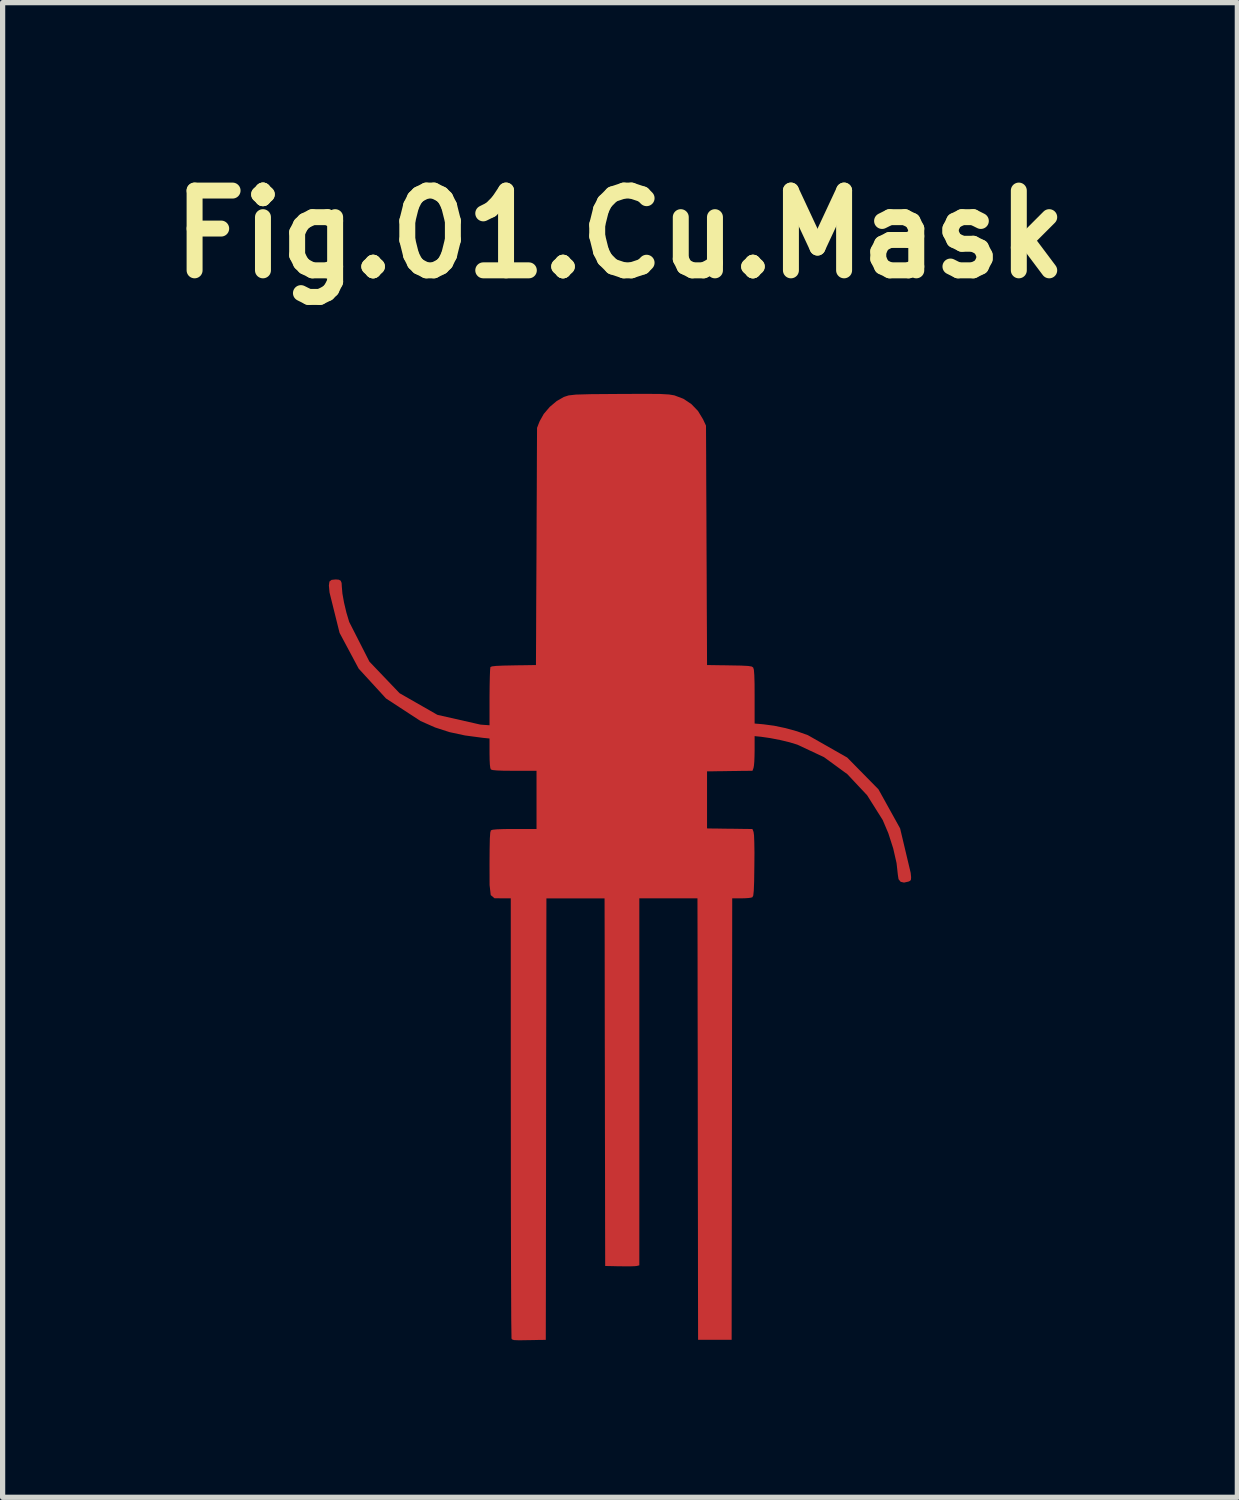
<source format=kicad_pcb>
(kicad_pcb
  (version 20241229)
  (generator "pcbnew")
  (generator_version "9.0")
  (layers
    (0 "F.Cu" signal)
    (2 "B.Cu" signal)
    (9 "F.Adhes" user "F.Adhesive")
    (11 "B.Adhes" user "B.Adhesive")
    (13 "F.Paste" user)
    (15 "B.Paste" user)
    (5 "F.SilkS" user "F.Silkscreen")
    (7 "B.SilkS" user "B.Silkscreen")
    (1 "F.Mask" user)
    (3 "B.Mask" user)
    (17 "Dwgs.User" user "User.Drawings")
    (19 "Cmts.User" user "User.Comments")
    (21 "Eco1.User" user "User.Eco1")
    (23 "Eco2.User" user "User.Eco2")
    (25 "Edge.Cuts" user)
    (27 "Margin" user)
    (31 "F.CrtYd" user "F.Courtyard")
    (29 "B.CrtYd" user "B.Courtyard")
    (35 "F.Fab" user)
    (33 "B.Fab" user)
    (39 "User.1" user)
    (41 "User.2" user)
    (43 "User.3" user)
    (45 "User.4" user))
  (footprint "Fig.01.Cu.Mask"
    (layer "F.Cu")
    (at 8.796 13.516)
    (property "Reference" "Fig.01.Cu.Mask" (at 0 -12.09 0) (layer "F.SilkS") (effects (font (size 1.524 1.524) (thickness 0.305))))
    (attr smd)
    (fp_poly (pts (xy -2.073 8.996) (xy -2.078 8.648) (xy -2.082 7.735) (xy -2.085 6.398) (xy -2.086 4.773) (xy -2.087 3.729) (xy -2.087 2.686) (xy -2.087 1.642) (xy -2.087 0.598) (xy -2.127 0.598) (xy -2.168 0.598) (xy -2.208 0.598) (xy -2.248 0.598) (xy -2.398 0.596) (xy -2.47 0.536) (xy -2.492 0.343) (xy -2.493 -0.061) (xy -2.491 -0.348) (xy -2.487 -0.543) (xy -2.479 -0.657) (xy -2.467 -0.701) (xy -2.432 -0.713) (xy -2.349 -0.721) (xy -2.213 -0.726) (xy -2.018 -0.727) (xy -1.912 -0.727) (xy -1.806 -0.727) (xy -1.701 -0.727) (xy -1.595 -0.727) (xy -1.595 -0.866) (xy -1.595 -1.005) (xy -1.595 -1.144) (xy -1.595 -1.283) (xy -1.595 -1.422) (xy -1.595 -1.561) (xy -1.595 -1.7) (xy -1.595 -1.839) (xy -1.701 -1.839) (xy -1.806 -1.839) (xy -1.912 -1.839) (xy -2.018 -1.839) (xy -2.213 -1.84) (xy -2.349 -1.845) (xy -2.432 -1.853) (xy -2.467 -1.864) (xy -2.478 -1.893) (xy -2.486 -1.953) (xy -2.491 -2.046) (xy -2.493 -2.173) (xy -2.493 -2.244) (xy -2.493 -2.314) (xy -2.493 -2.385) (xy -2.493 -2.456) (xy -2.524 -2.459) (xy -2.554 -2.462) (xy -2.585 -2.465) (xy -2.616 -2.468) (xy -2.961 -2.514) (xy -3.258 -2.578) (xy -3.533 -2.667) (xy -3.811 -2.79) (xy -4.471 -3.221) (xy -4.993 -3.791) (xy -5.358 -4.474) (xy -5.55 -5.246) (xy -5.562 -5.379) (xy -5.552 -5.454) (xy -5.511 -5.487) (xy -5.432 -5.495) (xy -5.372 -5.49) (xy -5.336 -5.47) (xy -5.319 -5.428) (xy -5.315 -5.357) (xy -5.304 -5.227) (xy -5.273 -5.054) (xy -5.228 -4.864) (xy -5.174 -4.683) (xy -4.788 -3.925) (xy -4.211 -3.321) (xy -3.489 -2.908) (xy -2.669 -2.722) (xy -2.625 -2.718) (xy -2.581 -2.715) (xy -2.537 -2.712) (xy -2.493 -2.709) (xy -2.493 -2.845) (xy -2.493 -2.981) (xy -2.493 -3.116) (xy -2.493 -3.252) (xy -2.491 -3.465) (xy -2.487 -3.643) (xy -2.482 -3.768) (xy -2.476 -3.821) (xy -2.445 -3.834) (xy -2.365 -3.843) (xy -2.23 -3.849) (xy -2.032 -3.853) (xy -1.926 -3.855) (xy -1.819 -3.856) (xy -1.712 -3.858) (xy -1.606 -3.859) (xy -1.603 -4.426) (xy -1.601 -4.992) (xy -1.598 -5.559) (xy -1.595 -6.125) (xy -1.593 -6.692) (xy -1.59 -7.259) (xy -1.588 -7.825) (xy -1.585 -8.392) (xy -1.572 -8.424) (xy -1.56 -8.456) (xy -1.547 -8.488) (xy -1.534 -8.52) (xy -1.457 -8.657) (xy -1.343 -8.791) (xy -1.209 -8.904) (xy -1.072 -8.982) (xy -0.983 -9.011) (xy -0.843 -9.027) (xy -0.554 -9.035) (xy -0.018 -9.039) (xy 0.464 -9.041) (xy 0.764 -9.039) (xy 0.937 -9.029) (xy 1.039 -9.012) (xy 1.211 -8.947) (xy 1.363 -8.846) (xy 1.49 -8.714) (xy 1.587 -8.554) (xy 1.601 -8.524) (xy 1.615 -8.494) (xy 1.629 -8.464) (xy 1.643 -8.434) (xy 1.646 -7.862) (xy 1.648 -7.29) (xy 1.651 -6.719) (xy 1.653 -6.147) (xy 1.656 -5.575) (xy 1.658 -5.003) (xy 1.661 -4.431) (xy 1.663 -3.859) (xy 1.77 -3.858) (xy 1.877 -3.856) (xy 1.984 -3.855) (xy 2.091 -3.853) (xy 2.315 -3.849) (xy 2.449 -3.842) (xy 2.517 -3.831) (xy 2.545 -3.812) (xy 2.558 -3.768) (xy 2.566 -3.668) (xy 2.571 -3.502) (xy 2.572 -3.259) (xy 2.572 -3.13) (xy 2.572 -3) (xy 2.572 -2.871) (xy 2.572 -2.742) (xy 2.615 -2.738) (xy 2.657 -2.735) (xy 2.7 -2.731) (xy 2.742 -2.727) (xy 2.945 -2.7) (xy 3.164 -2.654) (xy 3.384 -2.593) (xy 3.589 -2.52) (xy 4.341 -2.092) (xy 4.938 -1.485) (xy 5.352 -0.738) (xy 5.554 0.112) (xy 5.562 0.195) (xy 5.559 0.24) (xy 5.544 0.263) (xy 5.512 0.278) (xy 5.426 0.297) (xy 5.362 0.282) (xy 5.322 0.233) (xy 5.309 0.151) (xy 5.284 -0.075) (xy 5.22 -0.355) (xy 5.127 -0.645) (xy 5.019 -0.899) (xy 4.722 -1.371) (xy 4.344 -1.774) (xy 3.897 -2.1) (xy 3.389 -2.338) (xy 3.242 -2.383) (xy 3.059 -2.427) (xy 2.869 -2.464) (xy 2.695 -2.489) (xy 2.664 -2.492) (xy 2.633 -2.495) (xy 2.603 -2.498) (xy 2.572 -2.502) (xy 2.572 -2.432) (xy 2.572 -2.363) (xy 2.572 -2.294) (xy 2.572 -2.225) (xy 2.57 -2.113) (xy 2.566 -2.013) (xy 2.559 -1.937) (xy 2.551 -1.894) (xy 2.546 -1.88) (xy 2.541 -1.867) (xy 2.536 -1.853) (xy 2.531 -1.839) (xy 2.422 -1.838) (xy 2.314 -1.837) (xy 2.205 -1.835) (xy 2.097 -1.834) (xy 1.989 -1.832) (xy 1.88 -1.831) (xy 1.772 -1.829) (xy 1.663 -1.828) (xy 1.663 -1.692) (xy 1.663 -1.555) (xy 1.663 -1.419) (xy 1.663 -1.283) (xy 1.663 -1.147) (xy 1.663 -1.01) (xy 1.663 -0.874) (xy 1.663 -0.738) (xy 1.772 -0.736) (xy 1.88 -0.735) (xy 1.989 -0.733) (xy 2.097 -0.732) (xy 2.205 -0.731) (xy 2.314 -0.729) (xy 2.422 -0.728) (xy 2.531 -0.726) (xy 2.536 -0.712) (xy 2.541 -0.698) (xy 2.547 -0.684) (xy 2.552 -0.669) (xy 2.561 -0.605) (xy 2.566 -0.47) (xy 2.569 -0.274) (xy 2.567 -0.028) (xy 2.563 0.272) (xy 2.556 0.453) (xy 2.546 0.545) (xy 2.529 0.577) (xy 2.503 0.585) (xy 2.455 0.592) (xy 2.392 0.596) (xy 2.321 0.598) (xy 2.277 0.598) (xy 2.232 0.598) (xy 2.188 0.598) (xy 2.144 0.598) (xy 2.143 1.653) (xy 2.141 2.707) (xy 2.14 3.761) (xy 2.139 4.816) (xy 2.137 5.87) (xy 2.136 6.924) (xy 2.134 7.979) (xy 2.133 9.033) (xy 2.053 9.033) (xy 1.973 9.033) (xy 1.892 9.033) (xy 1.812 9.033) (xy 1.732 9.033) (xy 1.652 9.033) (xy 1.572 9.033) (xy 1.492 9.033) (xy 1.49 7.979) (xy 1.489 6.924) (xy 1.487 5.87) (xy 1.486 4.816) (xy 1.485 3.761) (xy 1.483 2.707) (xy 1.482 1.653) (xy 1.48 0.598) (xy 1.341 0.598) (xy 1.202 0.598) (xy 1.063 0.598) (xy 0.924 0.598) (xy 0.786 0.598) (xy 0.647 0.598) (xy 0.508 0.598) (xy 0.369 0.598) (xy 0.369 1.475) (xy 0.369 2.351) (xy 0.369 3.228) (xy 0.369 4.104) (xy 0.369 4.981) (xy 0.369 5.857) (xy 0.369 6.734) (xy 0.369 7.61) (xy 0.357 7.613) (xy 0.345 7.616) (xy 0.333 7.619) (xy 0.321 7.622) (xy 0.28 7.626) (xy 0.205 7.629) (xy 0.106 7.629) (xy -0.006 7.628) (xy -0.075 7.627) (xy -0.144 7.625) (xy -0.214 7.624) (xy -0.283 7.622) (xy -0.285 6.744) (xy -0.286 5.867) (xy -0.288 4.989) (xy -0.289 4.111) (xy -0.291 3.233) (xy -0.292 2.355) (xy -0.293 1.477) (xy -0.295 0.599) (xy -0.434 0.599) (xy -0.573 0.599) (xy -0.712 0.599) (xy -0.851 0.599) (xy -0.989 0.599) (xy -1.128 0.599) (xy -1.267 0.599) (xy -1.406 0.599) (xy -1.408 1.653) (xy -1.409 2.708) (xy -1.411 3.762) (xy -1.412 4.816) (xy -1.413 5.871) (xy -1.415 6.925) (xy -1.416 7.979) (xy -1.418 9.034) (xy -1.498 9.035) (xy -1.579 9.036) (xy -1.66 9.038) (xy -1.741 9.039) (xy -1.927 9.042) (xy -2.025 9.038) (xy -2.065 9.024) (xy -2.077 8.996) (xy -2.077 8.996) (xy -2.077 8.996) (xy -2.077 8.996) (xy -2.073 8.996)) (stroke (width 0) (type solid)) (fill yes) (layer "F.Cu"))
    (fp_poly (pts (xy -2.073 8.996) (xy -2.078 8.648) (xy -2.082 7.735) (xy -2.085 6.398) (xy -2.086 4.773) (xy -2.087 3.729) (xy -2.087 2.686) (xy -2.087 1.642) (xy -2.087 0.598) (xy -2.127 0.598) (xy -2.168 0.598) (xy -2.208 0.598) (xy -2.248 0.598) (xy -2.398 0.596) (xy -2.47 0.536) (xy -2.492 0.343) (xy -2.493 -0.061) (xy -2.491 -0.348) (xy -2.487 -0.543) (xy -2.479 -0.657) (xy -2.467 -0.701) (xy -2.432 -0.713) (xy -2.349 -0.721) (xy -2.213 -0.726) (xy -2.018 -0.727) (xy -1.912 -0.727) (xy -1.806 -0.727) (xy -1.701 -0.727) (xy -1.595 -0.727) (xy -1.595 -0.866) (xy -1.595 -1.005) (xy -1.595 -1.144) (xy -1.595 -1.283) (xy -1.595 -1.422) (xy -1.595 -1.561) (xy -1.595 -1.7) (xy -1.595 -1.839) (xy -1.701 -1.839) (xy -1.806 -1.839) (xy -1.912 -1.839) (xy -2.018 -1.839) (xy -2.213 -1.84) (xy -2.349 -1.845) (xy -2.432 -1.853) (xy -2.467 -1.864) (xy -2.478 -1.893) (xy -2.486 -1.953) (xy -2.491 -2.046) (xy -2.493 -2.173) (xy -2.493 -2.244) (xy -2.493 -2.314) (xy -2.493 -2.385) (xy -2.493 -2.456) (xy -2.524 -2.459) (xy -2.554 -2.462) (xy -2.585 -2.465) (xy -2.616 -2.468) (xy -2.961 -2.514) (xy -3.258 -2.578) (xy -3.533 -2.667) (xy -3.811 -2.79) (xy -4.471 -3.221) (xy -4.993 -3.791) (xy -5.358 -4.474) (xy -5.55 -5.246) (xy -5.562 -5.379) (xy -5.552 -5.454) (xy -5.511 -5.487) (xy -5.432 -5.495) (xy -5.372 -5.49) (xy -5.336 -5.47) (xy -5.319 -5.428) (xy -5.315 -5.357) (xy -5.304 -5.227) (xy -5.273 -5.054) (xy -5.228 -4.864) (xy -5.174 -4.683) (xy -4.788 -3.925) (xy -4.211 -3.321) (xy -3.489 -2.908) (xy -2.669 -2.722) (xy -2.625 -2.718) (xy -2.581 -2.715) (xy -2.537 -2.712) (xy -2.493 -2.709) (xy -2.493 -2.845) (xy -2.493 -2.981) (xy -2.493 -3.116) (xy -2.493 -3.252) (xy -2.491 -3.465) (xy -2.487 -3.643) (xy -2.482 -3.768) (xy -2.476 -3.821) (xy -2.445 -3.834) (xy -2.365 -3.843) (xy -2.23 -3.849) (xy -2.032 -3.853) (xy -1.926 -3.855) (xy -1.819 -3.856) (xy -1.712 -3.858) (xy -1.606 -3.859) (xy -1.603 -4.426) (xy -1.601 -4.992) (xy -1.598 -5.559) (xy -1.595 -6.125) (xy -1.593 -6.692) (xy -1.59 -7.259) (xy -1.588 -7.825) (xy -1.585 -8.392) (xy -1.572 -8.424) (xy -1.56 -8.456) (xy -1.547 -8.488) (xy -1.534 -8.52) (xy -1.457 -8.657) (xy -1.343 -8.791) (xy -1.209 -8.904) (xy -1.072 -8.982) (xy -0.983 -9.011) (xy -0.843 -9.027) (xy -0.554 -9.035) (xy -0.018 -9.039) (xy 0.464 -9.041) (xy 0.764 -9.039) (xy 0.937 -9.029) (xy 1.039 -9.012) (xy 1.211 -8.947) (xy 1.363 -8.846) (xy 1.49 -8.714) (xy 1.587 -8.554) (xy 1.601 -8.524) (xy 1.615 -8.494) (xy 1.629 -8.464) (xy 1.643 -8.434) (xy 1.646 -7.862) (xy 1.648 -7.29) (xy 1.651 -6.719) (xy 1.653 -6.147) (xy 1.656 -5.575) (xy 1.658 -5.003) (xy 1.661 -4.431) (xy 1.663 -3.859) (xy 1.77 -3.858) (xy 1.877 -3.856) (xy 1.984 -3.855) (xy 2.091 -3.853) (xy 2.315 -3.849) (xy 2.449 -3.842) (xy 2.517 -3.831) (xy 2.545 -3.812) (xy 2.558 -3.768) (xy 2.566 -3.668) (xy 2.571 -3.502) (xy 2.572 -3.259) (xy 2.572 -3.13) (xy 2.572 -3) (xy 2.572 -2.871) (xy 2.572 -2.742) (xy 2.615 -2.738) (xy 2.657 -2.735) (xy 2.7 -2.731) (xy 2.742 -2.727) (xy 2.945 -2.7) (xy 3.164 -2.654) (xy 3.384 -2.593) (xy 3.589 -2.52) (xy 4.341 -2.092) (xy 4.938 -1.485) (xy 5.352 -0.738) (xy 5.554 0.112) (xy 5.562 0.195) (xy 5.559 0.24) (xy 5.544 0.263) (xy 5.512 0.278) (xy 5.426 0.297) (xy 5.362 0.282) (xy 5.322 0.233) (xy 5.309 0.151) (xy 5.284 -0.075) (xy 5.22 -0.355) (xy 5.127 -0.645) (xy 5.019 -0.899) (xy 4.722 -1.371) (xy 4.344 -1.774) (xy 3.897 -2.1) (xy 3.389 -2.338) (xy 3.242 -2.383) (xy 3.059 -2.427) (xy 2.869 -2.464) (xy 2.695 -2.489) (xy 2.664 -2.492) (xy 2.633 -2.495) (xy 2.603 -2.498) (xy 2.572 -2.502) (xy 2.572 -2.432) (xy 2.572 -2.363) (xy 2.572 -2.294) (xy 2.572 -2.225) (xy 2.57 -2.113) (xy 2.566 -2.013) (xy 2.559 -1.937) (xy 2.551 -1.894) (xy 2.546 -1.88) (xy 2.541 -1.867) (xy 2.536 -1.853) (xy 2.531 -1.839) (xy 2.422 -1.838) (xy 2.314 -1.837) (xy 2.205 -1.835) (xy 2.097 -1.834) (xy 1.989 -1.832) (xy 1.88 -1.831) (xy 1.772 -1.829) (xy 1.663 -1.828) (xy 1.663 -1.692) (xy 1.663 -1.555) (xy 1.663 -1.419) (xy 1.663 -1.283) (xy 1.663 -1.147) (xy 1.663 -1.01) (xy 1.663 -0.874) (xy 1.663 -0.738) (xy 1.772 -0.736) (xy 1.88 -0.735) (xy 1.989 -0.733) (xy 2.097 -0.732) (xy 2.205 -0.731) (xy 2.314 -0.729) (xy 2.422 -0.728) (xy 2.531 -0.726) (xy 2.536 -0.712) (xy 2.541 -0.698) (xy 2.547 -0.684) (xy 2.552 -0.669) (xy 2.561 -0.605) (xy 2.566 -0.47) (xy 2.569 -0.274) (xy 2.567 -0.028) (xy 2.563 0.272) (xy 2.556 0.453) (xy 2.546 0.545) (xy 2.529 0.577) (xy 2.503 0.585) (xy 2.455 0.592) (xy 2.392 0.596) (xy 2.321 0.598) (xy 2.277 0.598) (xy 2.232 0.598) (xy 2.188 0.598) (xy 2.144 0.598) (xy 2.143 1.653) (xy 2.141 2.707) (xy 2.14 3.761) (xy 2.139 4.816) (xy 2.137 5.87) (xy 2.136 6.924) (xy 2.134 7.979) (xy 2.133 9.033) (xy 2.053 9.033) (xy 1.973 9.033) (xy 1.892 9.033) (xy 1.812 9.033) (xy 1.732 9.033) (xy 1.652 9.033) (xy 1.572 9.033) (xy 1.492 9.033) (xy 1.49 7.979) (xy 1.489 6.924) (xy 1.487 5.87) (xy 1.486 4.816) (xy 1.485 3.761) (xy 1.483 2.707) (xy 1.482 1.653) (xy 1.48 0.598) (xy 1.341 0.598) (xy 1.202 0.598) (xy 1.063 0.598) (xy 0.924 0.598) (xy 0.786 0.598) (xy 0.647 0.598) (xy 0.508 0.598) (xy 0.369 0.598) (xy 0.369 1.475) (xy 0.369 2.351) (xy 0.369 3.228) (xy 0.369 4.104) (xy 0.369 4.981) (xy 0.369 5.857) (xy 0.369 6.734) (xy 0.369 7.61) (xy 0.357 7.613) (xy 0.345 7.616) (xy 0.333 7.619) (xy 0.321 7.622) (xy 0.28 7.626) (xy 0.205 7.629) (xy 0.106 7.629) (xy -0.006 7.628) (xy -0.075 7.627) (xy -0.144 7.625) (xy -0.214 7.624) (xy -0.283 7.622) (xy -0.285 6.744) (xy -0.286 5.867) (xy -0.288 4.989) (xy -0.289 4.111) (xy -0.291 3.233) (xy -0.292 2.355) (xy -0.293 1.477) (xy -0.295 0.599) (xy -0.434 0.599) (xy -0.573 0.599) (xy -0.712 0.599) (xy -0.851 0.599) (xy -0.989 0.599) (xy -1.128 0.599) (xy -1.267 0.599) (xy -1.406 0.599) (xy -1.408 1.653) (xy -1.409 2.708) (xy -1.411 3.762) (xy -1.412 4.816) (xy -1.413 5.871) (xy -1.415 6.925) (xy -1.416 7.979) (xy -1.418 9.034) (xy -1.498 9.035) (xy -1.579 9.036) (xy -1.66 9.038) (xy -1.741 9.039) (xy -1.927 9.042) (xy -2.025 9.038) (xy -2.065 9.024) (xy -2.077 8.996) (xy -2.077 8.996) (xy -2.077 8.996) (xy -2.077 8.996) (xy -2.073 8.996)) (stroke (width 0) (type solid)) (fill yes) (layer "F.Mask")))
  (gr_rect
    (start -3 -3)
    (end 20.591 25.558)
    (stroke (width 0.1) (type default))
    (fill no)
    (layer "Edge.Cuts")))
</source>
